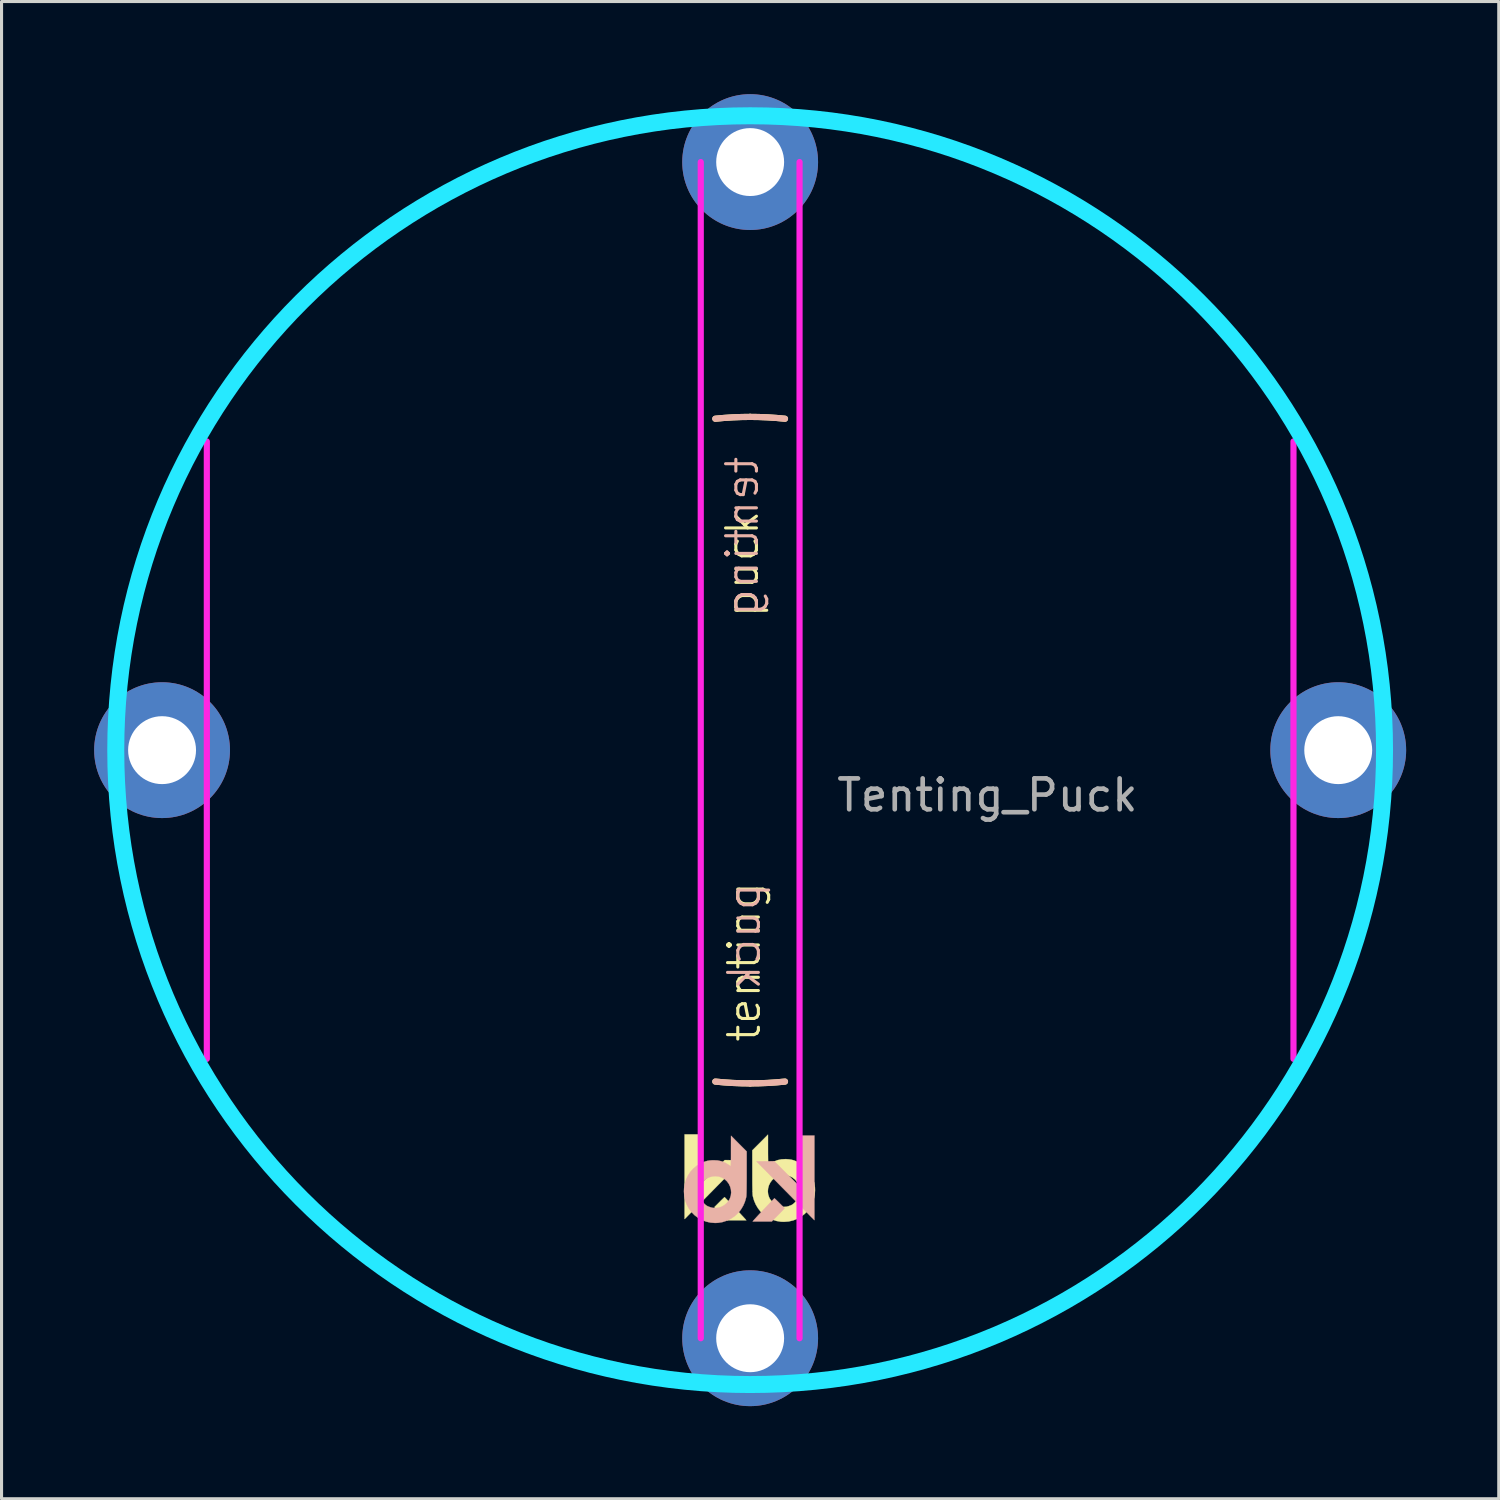
<source format=kicad_pcb>
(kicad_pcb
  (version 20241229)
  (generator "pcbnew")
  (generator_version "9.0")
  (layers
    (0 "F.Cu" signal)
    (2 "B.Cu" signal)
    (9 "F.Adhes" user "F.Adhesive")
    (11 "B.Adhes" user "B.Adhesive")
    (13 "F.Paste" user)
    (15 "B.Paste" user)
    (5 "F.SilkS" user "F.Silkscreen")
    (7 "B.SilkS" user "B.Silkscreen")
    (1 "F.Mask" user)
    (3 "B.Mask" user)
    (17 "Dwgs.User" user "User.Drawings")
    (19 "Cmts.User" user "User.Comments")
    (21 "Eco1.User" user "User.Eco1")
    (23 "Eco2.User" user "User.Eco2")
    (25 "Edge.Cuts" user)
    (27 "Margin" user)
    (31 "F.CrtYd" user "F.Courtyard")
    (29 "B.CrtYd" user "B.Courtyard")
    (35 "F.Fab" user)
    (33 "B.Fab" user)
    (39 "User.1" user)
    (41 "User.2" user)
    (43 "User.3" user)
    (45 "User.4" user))
  (footprint "Tenting_Puck"
    (layer "F.Cu")
    (at 21.25 21.25)
    (property "Reference" "Tenting_Puck" (at 7.684 1.46 0) (layer "F.Fab") (effects (font (size 1 1) (thickness 0.15))))
    (attr through_hole)
    (fp_arc (start -20.32 -2.8575) (mid -19.91151 -4.959786) (end -19.286134 -7.008048) (stroke (width 0.2) (type solid)) (layer "F.SilkS"))
    (fp_arc (start -19.286134 7.008047) (mid -19.91151 4.959786) (end -20.32 2.8575) (stroke (width 0.2) (type solid)) (layer "F.SilkS"))
    (fp_arc (start -7.008048 -19.286134) (mid -4.959786 -19.91151) (end -2.8575 -20.32) (stroke (width 0.2) (type solid)) (layer "F.SilkS"))
    (fp_arc (start -2.8575 20.32) (mid -4.959785 19.91151) (end -7.008046 19.286135) (stroke (width 0.2) (type solid)) (layer "F.SilkS"))
    (fp_arc (start -1.128385 -10.735864) (mid -0.564967 -10.780206) (end 0 -10.795) (stroke (width 0.2) (type solid)) (layer "F.SilkS"))
    (fp_arc (start 0 -10.795) (mid 0.564967 -10.780206) (end 1.128385 -10.735864) (stroke (width 0.2) (type solid)) (layer "F.SilkS"))
    (fp_arc (start 0 10.795) (mid -0.564967 10.780206) (end -1.128385 10.735864) (stroke (width 0.2) (type solid)) (layer "F.SilkS"))
    (fp_arc (start 1.128385 10.735864) (mid 0.564967 10.780206) (end 0 10.795) (stroke (width 0.2) (type solid)) (layer "F.SilkS"))
    (fp_arc (start 2.8575 -20.32) (mid 4.959786 -19.91151) (end 7.008047 -19.286134) (stroke (width 0.2) (type solid)) (layer "F.SilkS"))
    (fp_arc (start 7.008047 19.286134) (mid 4.959786 19.91151) (end 2.8575 20.32) (stroke (width 0.2) (type solid)) (layer "F.SilkS"))
    (fp_arc (start 19.286135 -7.008045) (mid 19.91151 -4.959785) (end 20.32 -2.8575) (stroke (width 0.2) (type solid)) (layer "F.SilkS"))
    (fp_arc (start 20.32 2.8575) (mid 19.91151 4.959785) (end 19.286135 7.008046) (stroke (width 0.2) (type solid)) (layer "F.SilkS"))
    (fp_poly (pts (xy -1.627 14.082) (xy -0.824 13.279) (xy -0.535 13.282) (xy -0.247 13.285) (xy -1.094 14.145) (xy -1.212 14.265) (xy -1.327 14.382) (xy -1.437 14.494) (xy -1.542 14.6) (xy -1.64 14.7) (xy -1.731 14.791) (xy -1.811 14.874) (xy -1.882 14.945) (xy -1.941 15.005) (xy -1.987 15.052) (xy -2.019 15.084) (xy -2.032 15.098) (xy -2.123 15.19) (xy -2.123 12.448) (xy -1.627 12.448) (xy -1.627 14.082)) (stroke (width 0.01) (type solid)) (fill yes) (layer "F.SilkS"))
    (fp_poly (pts (xy -0.82 14.488) (xy -0.797 14.511) (xy -0.763 14.547) (xy -0.719 14.593) (xy -0.666 14.647) (xy -0.609 14.708) (xy -0.547 14.773) (xy -0.483 14.841) (xy -0.42 14.908) (xy -0.359 14.973) (xy -0.302 15.034) (xy -0.251 15.089) (xy -0.208 15.135) (xy -0.175 15.171) (xy -0.154 15.194) (xy -0.152 15.197) (xy -0.124 15.231) (xy -0.744 15.231) (xy -0.917 15.055) (xy -0.971 15) (xy -1.021 14.948) (xy -1.065 14.903) (xy -1.099 14.868) (xy -1.121 14.844) (xy -1.124 14.841) (xy -1.158 14.803) (xy -0.997 14.642) (xy -0.948 14.592) (xy -0.903 14.549) (xy -0.867 14.514) (xy -0.842 14.491) (xy -0.829 14.48) (xy -0.829 14.48) (xy -0.82 14.488)) (stroke (width 0.01) (type solid)) (fill yes) (layer "F.SilkS"))
    (fp_poly (pts (xy 0.578 12.948) (xy 0.578 13.052) (xy 0.579 13.149) (xy 0.58 13.236) (xy 0.581 13.31) (xy 0.582 13.37) (xy 0.583 13.413) (xy 0.585 13.437) (xy 0.586 13.441) (xy 0.598 13.435) (xy 0.623 13.419) (xy 0.647 13.401) (xy 0.762 13.331) (xy 0.884 13.282) (xy 1.014 13.254) (xy 1.153 13.247) (xy 1.171 13.248) (xy 1.261 13.255) (xy 1.337 13.267) (xy 1.409 13.286) (xy 1.484 13.315) (xy 1.554 13.348) (xy 1.682 13.423) (xy 1.795 13.515) (xy 1.892 13.622) (xy 1.972 13.743) (xy 2.033 13.874) (xy 2.076 14.016) (xy 2.099 14.167) (xy 2.102 14.256) (xy 2.092 14.409) (xy 2.061 14.553) (xy 2.008 14.693) (xy 1.95 14.8) (xy 1.865 14.92) (xy 1.763 15.025) (xy 1.648 15.113) (xy 1.521 15.184) (xy 1.385 15.236) (xy 1.241 15.268) (xy 1.093 15.279) (xy 0.993 15.275) (xy 0.848 15.25) (xy 0.707 15.204) (xy 0.574 15.138) (xy 0.452 15.054) (xy 0.343 14.954) (xy 0.335 14.944) (xy 0.254 14.84) (xy 0.184 14.722) (xy 0.129 14.596) (xy 0.092 14.469) (xy 0.083 14.423) (xy 0.08 14.394) (xy 0.078 14.344) (xy 0.076 14.294) (xy 0.573 14.294) (xy 0.583 14.391) (xy 0.614 14.485) (xy 0.642 14.539) (xy 0.709 14.628) (xy 0.789 14.699) (xy 0.878 14.751) (xy 0.975 14.784) (xy 1.076 14.797) (xy 1.18 14.789) (xy 1.253 14.769) (xy 1.296 14.753) (xy 1.337 14.736) (xy 1.353 14.728) (xy 1.398 14.697) (xy 1.448 14.651) (xy 1.496 14.595) (xy 1.537 14.537) (xy 1.559 14.498) (xy 1.579 14.454) (xy 1.591 14.415) (xy 1.599 14.373) (xy 1.603 14.318) (xy 1.603 14.313) (xy 1.6 14.205) (xy 1.577 14.107) (xy 1.534 14.014) (xy 1.516 13.985) (xy 1.451 13.908) (xy 1.372 13.845) (xy 1.283 13.8) (xy 1.186 13.772) (xy 1.085 13.763) (xy 0.984 13.773) (xy 0.885 13.803) (xy 0.871 13.81) (xy 0.783 13.863) (xy 0.709 13.931) (xy 0.65 14.011) (xy 0.607 14.101) (xy 0.581 14.196) (xy 0.573 14.294) (xy 0.076 14.294) (xy 0.076 14.274) (xy 0.074 14.185) (xy 0.072 14.078) (xy 0.071 13.955) (xy 0.071 13.818) (xy 0.071 13.668) (xy 0.071 13.656) (xy 0.07 12.964) (xy 0.578 12.454) (xy 0.578 12.948)) (stroke (width 0.01) (type solid)) (fill yes) (layer "F.SilkS"))
    (fp_arc (start -20.32 -2.8575) (mid -19.91151 -4.959784) (end -19.286136 -7.008044) (stroke (width 0.2) (type solid)) (layer "B.SilkS"))
    (fp_arc (start -19.286135 7.008046) (mid -19.91151 4.959785) (end -20.32 2.8575) (stroke (width 0.2) (type solid)) (layer "B.SilkS"))
    (fp_arc (start -7.008046 -19.286135) (mid -4.959785 -19.91151) (end -2.8575 -20.32) (stroke (width 0.2) (type solid)) (layer "B.SilkS"))
    (fp_arc (start -2.8575 20.32) (mid -4.959785 19.91151) (end -7.008045 19.286135) (stroke (width 0.2) (type solid)) (layer "B.SilkS"))
    (fp_arc (start -1.128385 -10.735864) (mid -0.564967 -10.780206) (end 0 -10.795) (stroke (width 0.2) (type solid)) (layer "B.SilkS"))
    (fp_arc (start 0 -10.795) (mid 0.564967 -10.780206) (end 1.128385 -10.735864) (stroke (width 0.2) (type solid)) (layer "B.SilkS"))
    (fp_arc (start 0 10.795) (mid -0.564967 10.780206) (end -1.128385 10.735864) (stroke (width 0.2) (type solid)) (layer "B.SilkS"))
    (fp_arc (start 1.128385 10.735864) (mid 0.564967 10.780206) (end 0 10.795) (stroke (width 0.2) (type solid)) (layer "B.SilkS"))
    (fp_arc (start 2.8575 -20.32) (mid 4.959787 -19.91151) (end 7.008049 -19.286134) (stroke (width 0.2) (type solid)) (layer "B.SilkS"))
    (fp_arc (start 7.008045 19.286135) (mid 4.959785 19.91151) (end 2.8575 20.32) (stroke (width 0.2) (type solid)) (layer "B.SilkS"))
    (fp_arc (start 19.286134 -7.008048) (mid 19.91151 -4.959786) (end 20.32 -2.8575) (stroke (width 0.2) (type solid)) (layer "B.SilkS"))
    (fp_arc (start 20.32 2.8575) (mid 19.91151 4.959786) (end 19.286134 7.008048) (stroke (width 0.2) (type solid)) (layer "B.SilkS"))
    (fp_poly (pts (xy 1.584 14.118) (xy 0.782 13.315) (xy 0.493 13.318) (xy 0.205 13.322) (xy 1.052 14.182) (xy 1.17 14.301) (xy 1.285 14.418) (xy 1.395 14.53) (xy 1.5 14.637) (xy 1.598 14.736) (xy 1.688 14.828) (xy 1.769 14.91) (xy 1.84 14.981) (xy 1.899 15.041) (xy 1.944 15.088) (xy 1.976 15.12) (xy 1.99 15.134) (xy 2.081 15.226) (xy 2.081 12.484) (xy 1.584 12.484) (xy 1.584 14.118)) (stroke (width 0.01) (type solid)) (fill yes) (layer "B.SilkS"))
    (fp_poly (pts (xy 0.778 14.525) (xy 0.755 14.547) (xy 0.721 14.583) (xy 0.676 14.629) (xy 0.624 14.684) (xy 0.566 14.745) (xy 0.505 14.81) (xy 0.441 14.877) (xy 0.378 14.944) (xy 0.316 15.009) (xy 0.259 15.07) (xy 0.208 15.125) (xy 0.166 15.172) (xy 0.133 15.207) (xy 0.112 15.231) (xy 0.11 15.233) (xy 0.082 15.267) (xy 0.702 15.267) (xy 0.875 15.091) (xy 0.929 15.036) (xy 0.979 14.985) (xy 1.023 14.939) (xy 1.057 14.904) (xy 1.079 14.88) (xy 1.082 14.877) (xy 1.116 14.839) (xy 0.955 14.678) (xy 0.905 14.628) (xy 0.861 14.585) (xy 0.825 14.55) (xy 0.799 14.527) (xy 0.787 14.517) (xy 0.787 14.516) (xy 0.778 14.525)) (stroke (width 0.01) (type solid)) (fill yes) (layer "B.SilkS"))
    (fp_poly (pts (xy -0.621 12.984) (xy -0.621 13.088) (xy -0.621 13.185) (xy -0.622 13.272) (xy -0.623 13.346) (xy -0.624 13.406) (xy -0.625 13.45) (xy -0.627 13.473) (xy -0.628 13.477) (xy -0.64 13.471) (xy -0.665 13.455) (xy -0.689 13.438) (xy -0.804 13.367) (xy -0.926 13.318) (xy -1.057 13.29) (xy -1.196 13.284) (xy -1.214 13.284) (xy -1.303 13.291) (xy -1.38 13.303) (xy -1.451 13.322) (xy -1.526 13.351) (xy -1.596 13.384) (xy -1.724 13.459) (xy -1.837 13.551) (xy -1.934 13.658) (xy -2.014 13.779) (xy -2.076 13.911) (xy -2.118 14.053) (xy -2.141 14.203) (xy -2.145 14.293) (xy -2.134 14.445) (xy -2.103 14.59) (xy -2.05 14.729) (xy -1.993 14.836) (xy -1.907 14.956) (xy -1.805 15.061) (xy -1.69 15.149) (xy -1.563 15.22) (xy -1.427 15.272) (xy -1.283 15.304) (xy -1.135 15.316) (xy -1.035 15.311) (xy -0.89 15.286) (xy -0.75 15.24) (xy -0.616 15.174) (xy -0.494 15.09) (xy -0.386 14.99) (xy -0.377 14.981) (xy -0.296 14.876) (xy -0.226 14.758) (xy -0.171 14.632) (xy -0.134 14.505) (xy -0.125 14.459) (xy -0.122 14.43) (xy -0.12 14.38) (xy -0.118 14.33) (xy -0.615 14.33) (xy -0.625 14.428) (xy -0.656 14.522) (xy -0.684 14.576) (xy -0.751 14.664) (xy -0.831 14.735) (xy -0.92 14.787) (xy -1.017 14.82) (xy -1.119 14.833) (xy -1.222 14.825) (xy -1.295 14.805) (xy -1.338 14.789) (xy -1.379 14.772) (xy -1.395 14.764) (xy -1.441 14.733) (xy -1.49 14.687) (xy -1.538 14.632) (xy -1.579 14.573) (xy -1.601 14.534) (xy -1.621 14.49) (xy -1.634 14.452) (xy -1.641 14.409) (xy -1.645 14.354) (xy -1.646 14.349) (xy -1.642 14.241) (xy -1.619 14.144) (xy -1.576 14.05) (xy -1.558 14.022) (xy -1.493 13.944) (xy -1.415 13.882) (xy -1.325 13.836) (xy -1.228 13.808) (xy -1.127 13.799) (xy -1.026 13.809) (xy -0.927 13.84) (xy -0.913 13.846) (xy -0.825 13.899) (xy -0.751 13.967) (xy -0.692 14.047) (xy -0.649 14.137) (xy -0.623 14.232) (xy -0.615 14.33) (xy -0.118 14.33) (xy -0.118 14.31) (xy -0.116 14.221) (xy -0.115 14.114) (xy -0.114 13.991) (xy -0.113 13.854) (xy -0.113 13.704) (xy -0.113 13.692) (xy -0.113 13) (xy -0.62 12.49) (xy -0.621 12.984)) (stroke (width 0.01) (type solid)) (fill yes) (layer "B.SilkS"))
    (fp_circle (center 0 0) (end 20.55 0) (stroke (width 0.55) (type solid)) (fill no) (layer "B.CrtYd"))
    (fp_line (start -17.6 10) (end -17.6 -10) (stroke (width 0.2) (type solid)) (layer "F.CrtYd"))
    (fp_line (start -1.6 19.05) (end -1.6 -19.05) (stroke (width 0.2) (type solid)) (layer "F.CrtYd"))
    (fp_line (start 1.6 19.05) (end 1.6 -19.05) (stroke (width 0.2) (type solid)) (layer "F.CrtYd"))
    (fp_line (start 17.6 10) (end 17.6 -10) (stroke (width 0.2) (type solid)) (layer "F.CrtYd"))
    (fp_text user "puck" (at -0.254 -6.032 90) (layer "F.SilkS") (effects (font (size 1 1) (thickness 0.1))))
    (fp_text user "tenting" (at -0.191 6.858 90) (layer "F.SilkS") (effects (font (size 1 1) (thickness 0.1))))
    (fp_text user "tenting" (at -0.254 -6.921 90) (layer "B.SilkS") (effects (font (size 1 1) (thickness 0.1)) (justify mirror)))
    (fp_text user "puck" (at -0.191 6.032 90) (unlocked yes) (layer "B.SilkS") (effects (font (size 1 1) (thickness 0.1)) (justify mirror)))
    (pad "1" thru_hole circle (at -19.05 0) (size 4.4 4.4) (drill 2.2) (layers "*.Cu" "*.Mask"))
    (pad "1" thru_hole circle (at 0 -19.05) (size 4.4 4.4) (drill 2.2) (layers "*.Cu" "*.Mask"))
    (pad "1" thru_hole circle (at 0 19.05) (size 4.4 4.4) (drill 2.2) (layers "*.Cu" "*.Mask"))
    (pad "1" thru_hole circle (at 19.05 0) (size 4.4 4.4) (drill 2.2) (layers "*.Cu" "*.Mask")))
  (gr_rect
    (start -3 -3)
    (end 45.5 45.5)
    (stroke (width 0.1) (type default))
    (fill no)
    (layer "Edge.Cuts")))
</source>
